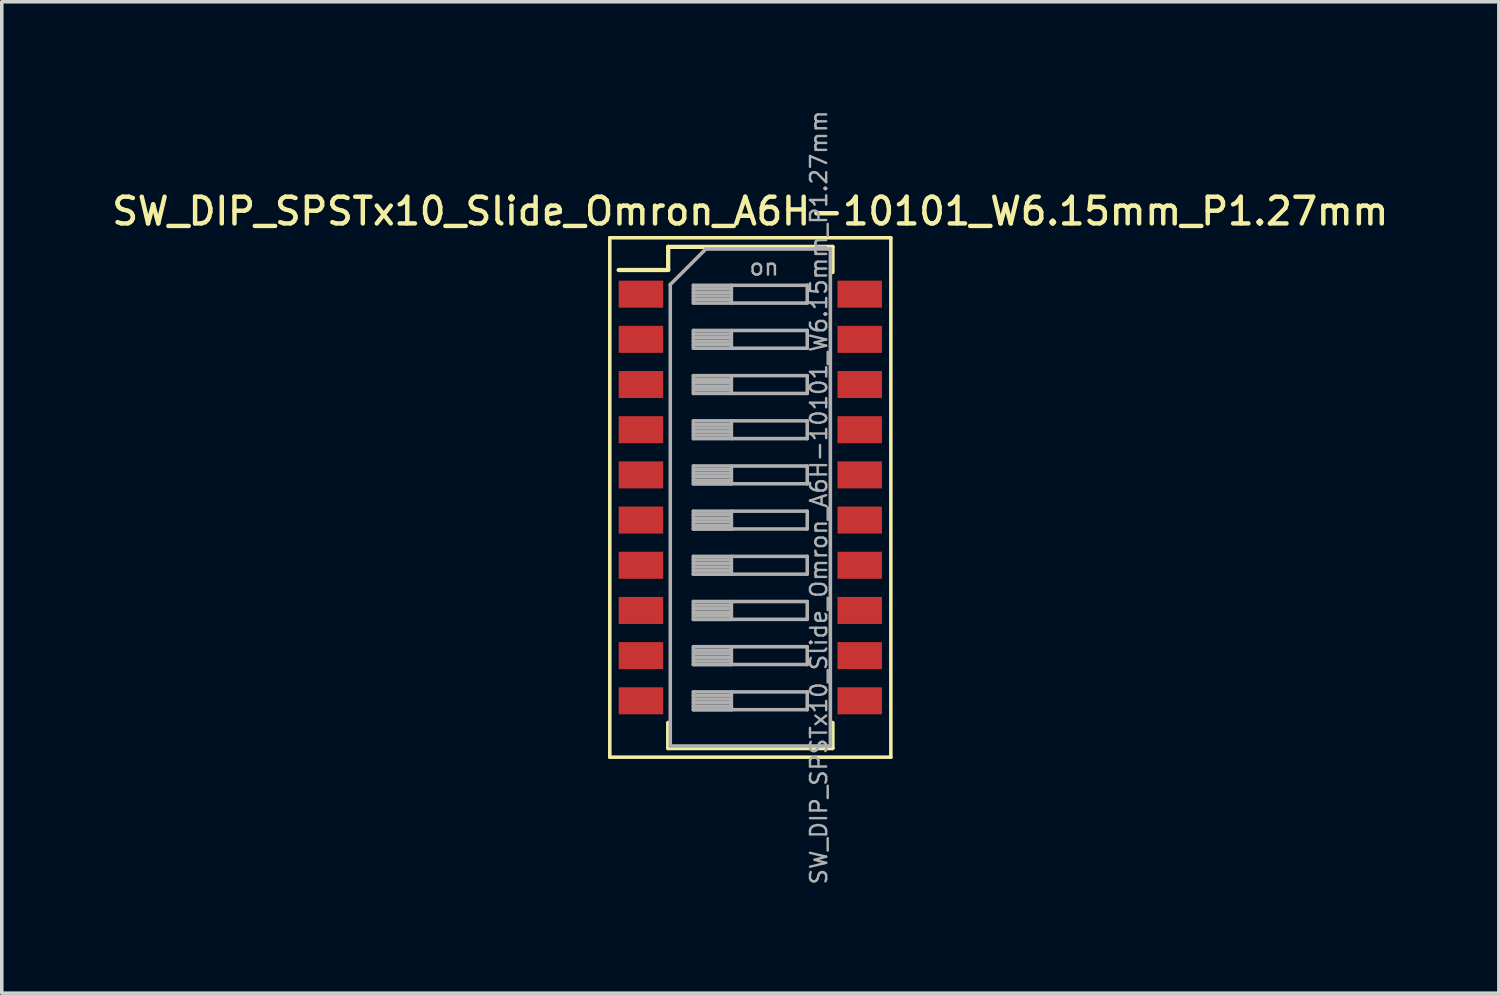
<source format=kicad_pcb>
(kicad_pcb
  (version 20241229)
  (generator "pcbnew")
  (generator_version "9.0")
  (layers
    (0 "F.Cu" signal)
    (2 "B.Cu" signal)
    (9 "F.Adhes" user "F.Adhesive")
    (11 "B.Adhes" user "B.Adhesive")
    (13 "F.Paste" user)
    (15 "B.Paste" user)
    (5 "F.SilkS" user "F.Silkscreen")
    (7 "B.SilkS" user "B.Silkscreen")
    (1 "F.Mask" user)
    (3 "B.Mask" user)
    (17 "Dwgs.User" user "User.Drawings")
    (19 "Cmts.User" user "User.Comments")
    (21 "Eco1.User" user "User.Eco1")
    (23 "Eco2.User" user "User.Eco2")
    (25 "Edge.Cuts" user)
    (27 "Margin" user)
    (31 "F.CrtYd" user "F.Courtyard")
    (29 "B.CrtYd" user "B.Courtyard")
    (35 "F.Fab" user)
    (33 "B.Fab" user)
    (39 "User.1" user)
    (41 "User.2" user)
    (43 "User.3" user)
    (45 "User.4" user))
  (footprint "SW_DIP_SPSTx10_Slide_Omron_A6H-10101_W6.15mm_P1.27mm"
    (layer "F.Cu")
    (at 18.041 10.934)
    (property "Reference" "SW_DIP_SPSTx10_Slide_Omron_A6H-10101_W6.15mm_P1.27mm" (at 0 -8.045 0) (layer "F.SilkS") (effects (font (size 0.75 0.75) (thickness 0.125))))
    (attr smd)
    (fp_line (start -3.95 -7.3) (end -3.95 7.3) (stroke (width 0.1) (type solid)) (layer "F.SilkS"))
    (fp_line (start -3.95 7.3) (end 3.95 7.3) (stroke (width 0.1) (type solid)) (layer "F.SilkS"))
    (fp_line (start -3.7 -6.395) (end -2.309 -6.395) (stroke (width 0.12) (type solid)) (layer "F.SilkS"))
    (fp_line (start -2.309 -7.045) (end -2.309 -6.395) (stroke (width 0.12) (type solid)) (layer "F.SilkS"))
    (fp_line (start -2.309 -7.045) (end 2.31 -7.045) (stroke (width 0.12) (type solid)) (layer "F.SilkS"))
    (fp_line (start -2.309 6.335) (end -2.309 7.045) (stroke (width 0.12) (type solid)) (layer "F.SilkS"))
    (fp_line (start -2.309 7.045) (end 2.31 7.045) (stroke (width 0.12) (type solid)) (layer "F.SilkS"))
    (fp_line (start 2.31 -7.045) (end 2.31 -6.335) (stroke (width 0.12) (type solid)) (layer "F.SilkS"))
    (fp_line (start 2.31 6.335) (end 2.31 7.045) (stroke (width 0.12) (type solid)) (layer "F.SilkS"))
    (fp_line (start 3.95 -7.3) (end -3.95 -7.3) (stroke (width 0.1) (type solid)) (layer "F.SilkS"))
    (fp_line (start 3.95 7.3) (end 3.95 -7.3) (stroke (width 0.1) (type solid)) (layer "F.SilkS"))
    (fp_line (start -2.25 -5.985) (end -1.25 -6.985) (stroke (width 0.1) (type solid)) (layer "F.Fab"))
    (fp_line (start -2.25 6.985) (end -2.25 -5.985) (stroke (width 0.1) (type solid)) (layer "F.Fab"))
    (fp_line (start -1.6 -5.965) (end -1.6 -5.465) (stroke (width 0.1) (type solid)) (layer "F.Fab"))
    (fp_line (start -1.6 -5.865) (end -0.533 -5.865) (stroke (width 0.1) (type solid)) (layer "F.Fab"))
    (fp_line (start -1.6 -5.765) (end -0.533 -5.765) (stroke (width 0.1) (type solid)) (layer "F.Fab"))
    (fp_line (start -1.6 -5.665) (end -0.533 -5.665) (stroke (width 0.1) (type solid)) (layer "F.Fab"))
    (fp_line (start -1.6 -5.565) (end -0.533 -5.565) (stroke (width 0.1) (type solid)) (layer "F.Fab"))
    (fp_line (start -1.6 -5.465) (end 1.6 -5.465) (stroke (width 0.1) (type solid)) (layer "F.Fab"))
    (fp_line (start -1.6 -4.695) (end -1.6 -4.195) (stroke (width 0.1) (type solid)) (layer "F.Fab"))
    (fp_line (start -1.6 -4.595) (end -0.533 -4.595) (stroke (width 0.1) (type solid)) (layer "F.Fab"))
    (fp_line (start -1.6 -4.495) (end -0.533 -4.495) (stroke (width 0.1) (type solid)) (layer "F.Fab"))
    (fp_line (start -1.6 -4.395) (end -0.533 -4.395) (stroke (width 0.1) (type solid)) (layer "F.Fab"))
    (fp_line (start -1.6 -4.295) (end -0.533 -4.295) (stroke (width 0.1) (type solid)) (layer "F.Fab"))
    (fp_line (start -1.6 -4.195) (end 1.6 -4.195) (stroke (width 0.1) (type solid)) (layer "F.Fab"))
    (fp_line (start -1.6 -3.425) (end -1.6 -2.925) (stroke (width 0.1) (type solid)) (layer "F.Fab"))
    (fp_line (start -1.6 -3.325) (end -0.533 -3.325) (stroke (width 0.1) (type solid)) (layer "F.Fab"))
    (fp_line (start -1.6 -3.225) (end -0.533 -3.225) (stroke (width 0.1) (type solid)) (layer "F.Fab"))
    (fp_line (start -1.6 -3.125) (end -0.533 -3.125) (stroke (width 0.1) (type solid)) (layer "F.Fab"))
    (fp_line (start -1.6 -3.025) (end -0.533 -3.025) (stroke (width 0.1) (type solid)) (layer "F.Fab"))
    (fp_line (start -1.6 -2.925) (end 1.6 -2.925) (stroke (width 0.1) (type solid)) (layer "F.Fab"))
    (fp_line (start -1.6 -2.155) (end -1.6 -1.655) (stroke (width 0.1) (type solid)) (layer "F.Fab"))
    (fp_line (start -1.6 -2.055) (end -0.533 -2.055) (stroke (width 0.1) (type solid)) (layer "F.Fab"))
    (fp_line (start -1.6 -1.955) (end -0.533 -1.955) (stroke (width 0.1) (type solid)) (layer "F.Fab"))
    (fp_line (start -1.6 -1.855) (end -0.533 -1.855) (stroke (width 0.1) (type solid)) (layer "F.Fab"))
    (fp_line (start -1.6 -1.755) (end -0.533 -1.755) (stroke (width 0.1) (type solid)) (layer "F.Fab"))
    (fp_line (start -1.6 -1.655) (end 1.6 -1.655) (stroke (width 0.1) (type solid)) (layer "F.Fab"))
    (fp_line (start -1.6 -0.885) (end -1.6 -0.385) (stroke (width 0.1) (type solid)) (layer "F.Fab"))
    (fp_line (start -1.6 -0.785) (end -0.533 -0.785) (stroke (width 0.1) (type solid)) (layer "F.Fab"))
    (fp_line (start -1.6 -0.685) (end -0.533 -0.685) (stroke (width 0.1) (type solid)) (layer "F.Fab"))
    (fp_line (start -1.6 -0.585) (end -0.533 -0.585) (stroke (width 0.1) (type solid)) (layer "F.Fab"))
    (fp_line (start -1.6 -0.485) (end -0.533 -0.485) (stroke (width 0.1) (type solid)) (layer "F.Fab"))
    (fp_line (start -1.6 -0.385) (end -0.533 -0.385) (stroke (width 0.1) (type solid)) (layer "F.Fab"))
    (fp_line (start -1.6 -0.385) (end 1.6 -0.385) (stroke (width 0.1) (type solid)) (layer "F.Fab"))
    (fp_line (start -1.6 0.385) (end -1.6 0.885) (stroke (width 0.1) (type solid)) (layer "F.Fab"))
    (fp_line (start -1.6 0.485) (end -0.533 0.485) (stroke (width 0.1) (type solid)) (layer "F.Fab"))
    (fp_line (start -1.6 0.585) (end -0.533 0.585) (stroke (width 0.1) (type solid)) (layer "F.Fab"))
    (fp_line (start -1.6 0.685) (end -0.533 0.685) (stroke (width 0.1) (type solid)) (layer "F.Fab"))
    (fp_line (start -1.6 0.785) (end -0.533 0.785) (stroke (width 0.1) (type solid)) (layer "F.Fab"))
    (fp_line (start -1.6 0.885) (end -0.533 0.885) (stroke (width 0.1) (type solid)) (layer "F.Fab"))
    (fp_line (start -1.6 0.885) (end 1.6 0.885) (stroke (width 0.1) (type solid)) (layer "F.Fab"))
    (fp_line (start -1.6 1.655) (end -1.6 2.155) (stroke (width 0.1) (type solid)) (layer "F.Fab"))
    (fp_line (start -1.6 1.755) (end -0.533 1.755) (stroke (width 0.1) (type solid)) (layer "F.Fab"))
    (fp_line (start -1.6 1.855) (end -0.533 1.855) (stroke (width 0.1) (type solid)) (layer "F.Fab"))
    (fp_line (start -1.6 1.955) (end -0.533 1.955) (stroke (width 0.1) (type solid)) (layer "F.Fab"))
    (fp_line (start -1.6 2.055) (end -0.533 2.055) (stroke (width 0.1) (type solid)) (layer "F.Fab"))
    (fp_line (start -1.6 2.155) (end -0.533 2.155) (stroke (width 0.1) (type solid)) (layer "F.Fab"))
    (fp_line (start -1.6 2.155) (end 1.6 2.155) (stroke (width 0.1) (type solid)) (layer "F.Fab"))
    (fp_line (start -1.6 2.925) (end -1.6 3.425) (stroke (width 0.1) (type solid)) (layer "F.Fab"))
    (fp_line (start -1.6 3.025) (end -0.533 3.025) (stroke (width 0.1) (type solid)) (layer "F.Fab"))
    (fp_line (start -1.6 3.125) (end -0.533 3.125) (stroke (width 0.1) (type solid)) (layer "F.Fab"))
    (fp_line (start -1.6 3.225) (end -0.533 3.225) (stroke (width 0.1) (type solid)) (layer "F.Fab"))
    (fp_line (start -1.6 3.325) (end -0.533 3.325) (stroke (width 0.1) (type solid)) (layer "F.Fab"))
    (fp_line (start -1.6 3.425) (end -0.533 3.425) (stroke (width 0.1) (type solid)) (layer "F.Fab"))
    (fp_line (start -1.6 3.425) (end 1.6 3.425) (stroke (width 0.1) (type solid)) (layer "F.Fab"))
    (fp_line (start -1.6 4.195) (end -1.6 4.695) (stroke (width 0.1) (type solid)) (layer "F.Fab"))
    (fp_line (start -1.6 4.295) (end -0.533 4.295) (stroke (width 0.1) (type solid)) (layer "F.Fab"))
    (fp_line (start -1.6 4.395) (end -0.533 4.395) (stroke (width 0.1) (type solid)) (layer "F.Fab"))
    (fp_line (start -1.6 4.495) (end -0.533 4.495) (stroke (width 0.1) (type solid)) (layer "F.Fab"))
    (fp_line (start -1.6 4.595) (end -0.533 4.595) (stroke (width 0.1) (type solid)) (layer "F.Fab"))
    (fp_line (start -1.6 4.695) (end -0.533 4.695) (stroke (width 0.1) (type solid)) (layer "F.Fab"))
    (fp_line (start -1.6 4.695) (end 1.6 4.695) (stroke (width 0.1) (type solid)) (layer "F.Fab"))
    (fp_line (start -1.6 5.465) (end -1.6 5.965) (stroke (width 0.1) (type solid)) (layer "F.Fab"))
    (fp_line (start -1.6 5.565) (end -0.533 5.565) (stroke (width 0.1) (type solid)) (layer "F.Fab"))
    (fp_line (start -1.6 5.665) (end -0.533 5.665) (stroke (width 0.1) (type solid)) (layer "F.Fab"))
    (fp_line (start -1.6 5.765) (end -0.533 5.765) (stroke (width 0.1) (type solid)) (layer "F.Fab"))
    (fp_line (start -1.6 5.865) (end -0.533 5.865) (stroke (width 0.1) (type solid)) (layer "F.Fab"))
    (fp_line (start -1.6 5.965) (end -0.533 5.965) (stroke (width 0.1) (type solid)) (layer "F.Fab"))
    (fp_line (start -1.6 5.965) (end 1.6 5.965) (stroke (width 0.1) (type solid)) (layer "F.Fab"))
    (fp_line (start -1.25 -6.985) (end 2.25 -6.985) (stroke (width 0.1) (type solid)) (layer "F.Fab"))
    (fp_line (start -0.533 -5.965) (end -0.533 -5.465) (stroke (width 0.1) (type solid)) (layer "F.Fab"))
    (fp_line (start -0.533 -4.695) (end -0.533 -4.195) (stroke (width 0.1) (type solid)) (layer "F.Fab"))
    (fp_line (start -0.533 -3.425) (end -0.533 -2.925) (stroke (width 0.1) (type solid)) (layer "F.Fab"))
    (fp_line (start -0.533 -2.155) (end -0.533 -1.655) (stroke (width 0.1) (type solid)) (layer "F.Fab"))
    (fp_line (start -0.533 -0.885) (end -0.533 -0.385) (stroke (width 0.1) (type solid)) (layer "F.Fab"))
    (fp_line (start -0.533 0.385) (end -0.533 0.885) (stroke (width 0.1) (type solid)) (layer "F.Fab"))
    (fp_line (start -0.533 1.655) (end -0.533 2.155) (stroke (width 0.1) (type solid)) (layer "F.Fab"))
    (fp_line (start -0.533 2.925) (end -0.533 3.425) (stroke (width 0.1) (type solid)) (layer "F.Fab"))
    (fp_line (start -0.533 4.195) (end -0.533 4.695) (stroke (width 0.1) (type solid)) (layer "F.Fab"))
    (fp_line (start -0.533 5.465) (end -0.533 5.965) (stroke (width 0.1) (type solid)) (layer "F.Fab"))
    (fp_line (start 1.6 -5.965) (end -1.6 -5.965) (stroke (width 0.1) (type solid)) (layer "F.Fab"))
    (fp_line (start 1.6 -5.465) (end 1.6 -5.965) (stroke (width 0.1) (type solid)) (layer "F.Fab"))
    (fp_line (start 1.6 -4.695) (end -1.6 -4.695) (stroke (width 0.1) (type solid)) (layer "F.Fab"))
    (fp_line (start 1.6 -4.195) (end 1.6 -4.695) (stroke (width 0.1) (type solid)) (layer "F.Fab"))
    (fp_line (start 1.6 -3.425) (end -1.6 -3.425) (stroke (width 0.1) (type solid)) (layer "F.Fab"))
    (fp_line (start 1.6 -2.925) (end 1.6 -3.425) (stroke (width 0.1) (type solid)) (layer "F.Fab"))
    (fp_line (start 1.6 -2.155) (end -1.6 -2.155) (stroke (width 0.1) (type solid)) (layer "F.Fab"))
    (fp_line (start 1.6 -1.655) (end 1.6 -2.155) (stroke (width 0.1) (type solid)) (layer "F.Fab"))
    (fp_line (start 1.6 -0.885) (end -1.6 -0.885) (stroke (width 0.1) (type solid)) (layer "F.Fab"))
    (fp_line (start 1.6 -0.385) (end 1.6 -0.885) (stroke (width 0.1) (type solid)) (layer "F.Fab"))
    (fp_line (start 1.6 0.385) (end -1.6 0.385) (stroke (width 0.1) (type solid)) (layer "F.Fab"))
    (fp_line (start 1.6 0.885) (end 1.6 0.385) (stroke (width 0.1) (type solid)) (layer "F.Fab"))
    (fp_line (start 1.6 1.655) (end -1.6 1.655) (stroke (width 0.1) (type solid)) (layer "F.Fab"))
    (fp_line (start 1.6 2.155) (end 1.6 1.655) (stroke (width 0.1) (type solid)) (layer "F.Fab"))
    (fp_line (start 1.6 2.925) (end -1.6 2.925) (stroke (width 0.1) (type solid)) (layer "F.Fab"))
    (fp_line (start 1.6 3.425) (end 1.6 2.925) (stroke (width 0.1) (type solid)) (layer "F.Fab"))
    (fp_line (start 1.6 4.195) (end -1.6 4.195) (stroke (width 0.1) (type solid)) (layer "F.Fab"))
    (fp_line (start 1.6 4.695) (end 1.6 4.195) (stroke (width 0.1) (type solid)) (layer "F.Fab"))
    (fp_line (start 1.6 5.465) (end -1.6 5.465) (stroke (width 0.1) (type solid)) (layer "F.Fab"))
    (fp_line (start 1.6 5.965) (end 1.6 5.465) (stroke (width 0.1) (type solid)) (layer "F.Fab"))
    (fp_line (start 2.25 -6.985) (end 2.25 6.985) (stroke (width 0.1) (type solid)) (layer "F.Fab"))
    (fp_line (start 2.25 6.985) (end -2.25 6.985) (stroke (width 0.1) (type solid)) (layer "F.Fab"))
    (fp_text user "on" (at 0.388 -6.475 0) (layer "F.Fab") (effects (font (size 0.455 0.455) (thickness 0.068))))
    (fp_text user "${REFERENCE}" (at 1.925 0 90) (layer "F.Fab") (effects (font (size 0.455 0.455) (thickness 0.068))))
    (pad "1" smd rect (at -3.075 -5.715) (size 1.25 0.76) (layers "F.Cu" "F.Mask" "F.Paste"))
    (pad "2" smd rect (at -3.075 -4.445) (size 1.25 0.76) (layers "F.Cu" "F.Mask" "F.Paste"))
    (pad "3" smd rect (at -3.075 -3.175) (size 1.25 0.76) (layers "F.Cu" "F.Mask" "F.Paste"))
    (pad "4" smd rect (at -3.075 -1.905) (size 1.25 0.76) (layers "F.Cu" "F.Mask" "F.Paste"))
    (pad "5" smd rect (at -3.075 -0.635) (size 1.25 0.76) (layers "F.Cu" "F.Mask" "F.Paste"))
    (pad "6" smd rect (at -3.075 0.635) (size 1.25 0.76) (layers "F.Cu" "F.Mask" "F.Paste"))
    (pad "7" smd rect (at -3.075 1.905) (size 1.25 0.76) (layers "F.Cu" "F.Mask" "F.Paste"))
    (pad "8" smd rect (at -3.075 3.175) (size 1.25 0.76) (layers "F.Cu" "F.Mask" "F.Paste"))
    (pad "9" smd rect (at -3.075 4.445) (size 1.25 0.76) (layers "F.Cu" "F.Mask" "F.Paste"))
    (pad "10" smd rect (at -3.075 5.715) (size 1.25 0.76) (layers "F.Cu" "F.Mask" "F.Paste"))
    (pad "11" smd rect (at 3.075 5.715) (size 1.25 0.76) (layers "F.Cu" "F.Mask" "F.Paste"))
    (pad "12" smd rect (at 3.075 4.445) (size 1.25 0.76) (layers "F.Cu" "F.Mask" "F.Paste"))
    (pad "13" smd rect (at 3.075 3.175) (size 1.25 0.76) (layers "F.Cu" "F.Mask" "F.Paste"))
    (pad "14" smd rect (at 3.075 1.905) (size 1.25 0.76) (layers "F.Cu" "F.Mask" "F.Paste"))
    (pad "15" smd rect (at 3.075 0.635) (size 1.25 0.76) (layers "F.Cu" "F.Mask" "F.Paste"))
    (pad "16" smd rect (at 3.075 -0.635) (size 1.25 0.76) (layers "F.Cu" "F.Mask" "F.Paste"))
    (pad "17" smd rect (at 3.075 -1.905) (size 1.25 0.76) (layers "F.Cu" "F.Mask" "F.Paste"))
    (pad "18" smd rect (at 3.075 -3.175) (size 1.25 0.76) (layers "F.Cu" "F.Mask" "F.Paste"))
    (pad "19" smd rect (at 3.075 -4.445) (size 1.25 0.76) (layers "F.Cu" "F.Mask" "F.Paste"))
    (pad "20" smd rect (at 3.075 -5.715) (size 1.25 0.76) (layers "F.Cu" "F.Mask" "F.Paste")))
  (gr_rect
    (start -3 -3)
    (end 39.082 24.867)
    (stroke (width 0.1) (type default))
    (fill no)
    (layer "Edge.Cuts")))
</source>
